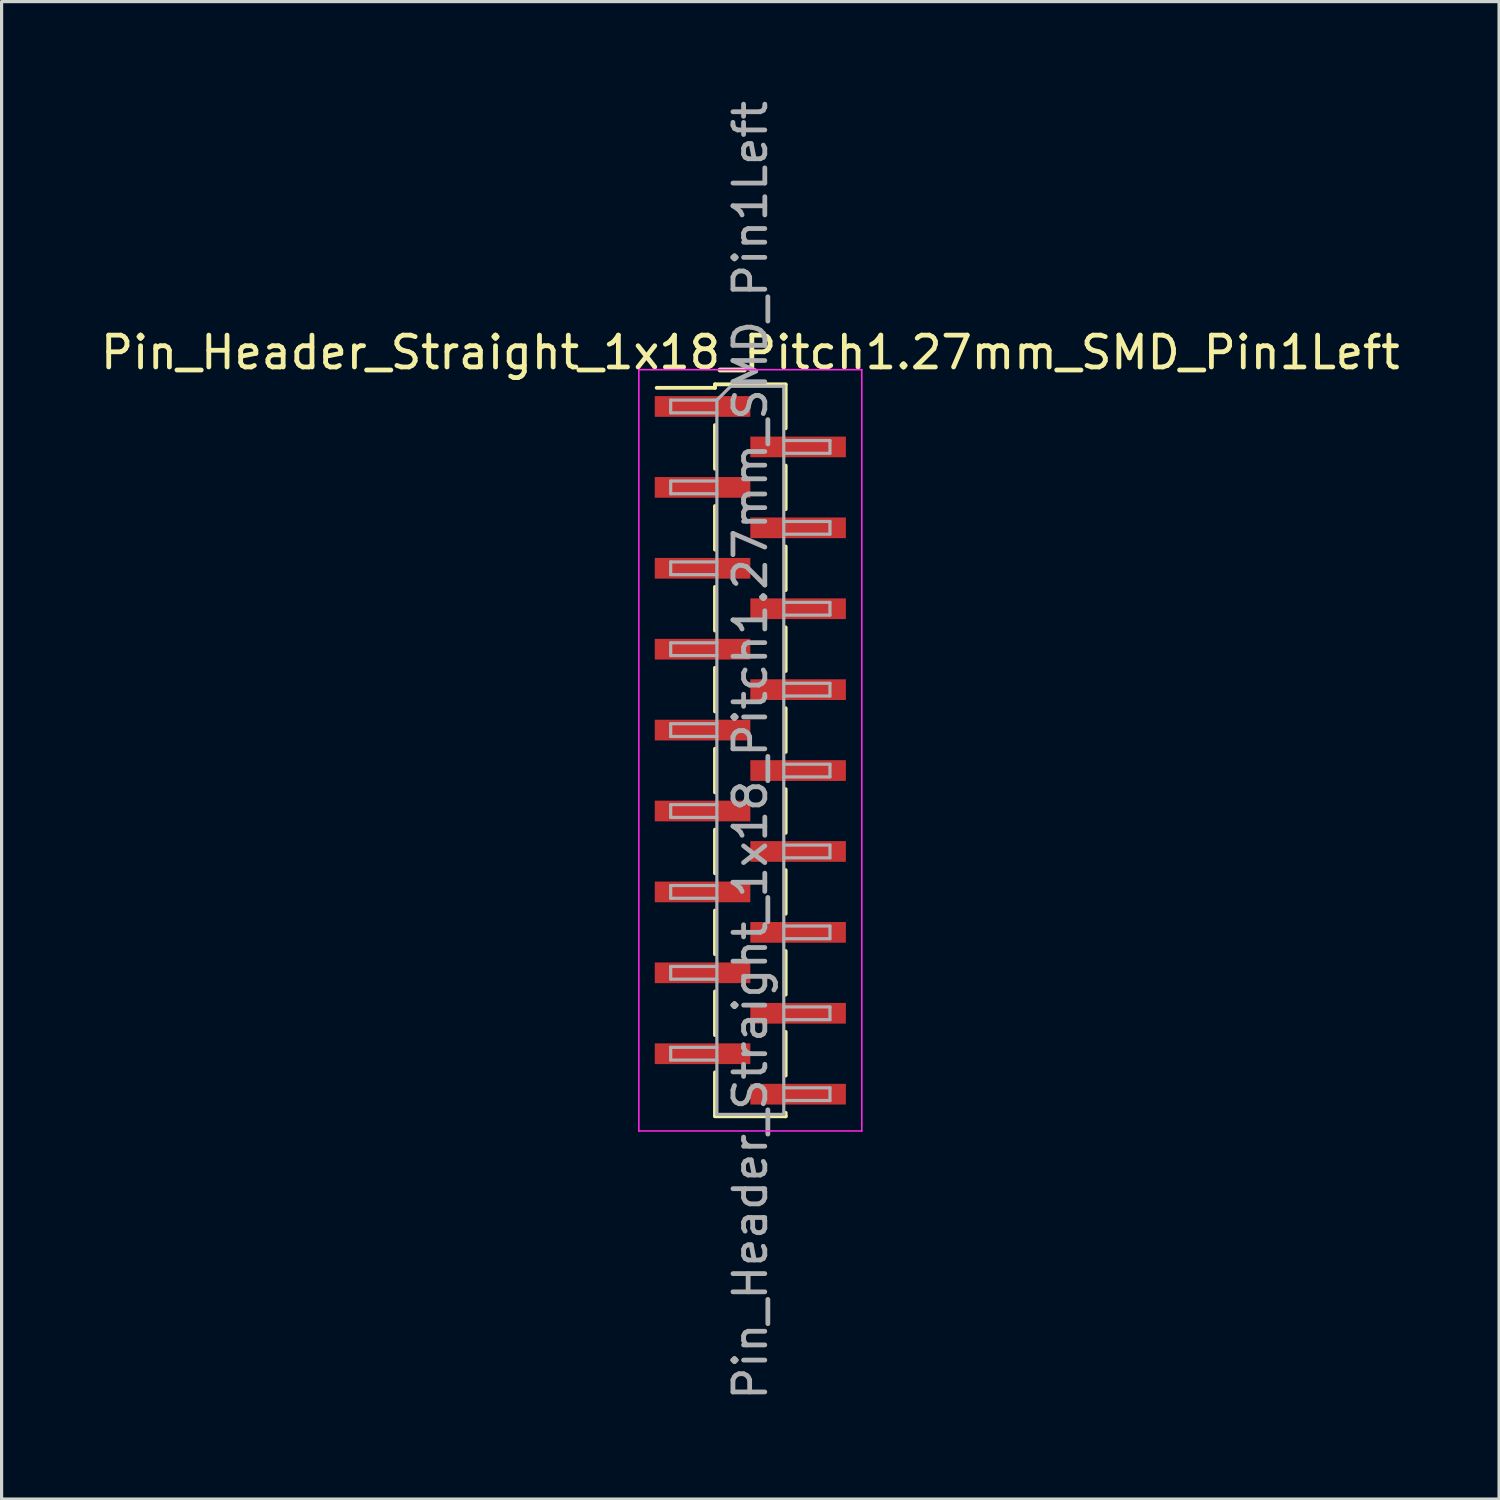
<source format=kicad_pcb>
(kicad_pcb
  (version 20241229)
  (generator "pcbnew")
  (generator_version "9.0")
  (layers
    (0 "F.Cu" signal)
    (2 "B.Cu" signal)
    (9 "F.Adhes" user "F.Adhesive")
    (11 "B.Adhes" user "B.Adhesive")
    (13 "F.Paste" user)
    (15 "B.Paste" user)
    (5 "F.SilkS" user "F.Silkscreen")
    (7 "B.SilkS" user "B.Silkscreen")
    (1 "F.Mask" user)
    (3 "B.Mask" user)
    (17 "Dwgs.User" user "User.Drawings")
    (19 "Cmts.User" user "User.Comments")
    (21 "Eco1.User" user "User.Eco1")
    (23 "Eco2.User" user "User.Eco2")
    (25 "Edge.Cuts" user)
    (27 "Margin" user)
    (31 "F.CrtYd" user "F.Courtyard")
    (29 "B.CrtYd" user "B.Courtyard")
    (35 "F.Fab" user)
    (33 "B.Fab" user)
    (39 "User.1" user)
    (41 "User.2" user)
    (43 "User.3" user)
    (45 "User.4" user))
  (footprint "Pin_Header_Straight_1x18_Pitch1.27mm_SMD_Pin1Left"
    (layer "F.Cu")
    (at 20.506 20.506)
    (property "Reference" "Pin_Header_Straight_1x18_Pitch1.27mm_SMD_Pin1Left" (at 0 -12.49 0) (layer "F.SilkS") (effects (font (size 1 1) (thickness 0.15))))
    (attr smd)
    (fp_line (start -1.11 -11.49) (end -1.11 -11.38) (stroke (width 0.12) (type solid)) (layer "F.SilkS"))
    (fp_line (start -1.11 -11.49) (end 1.11 -11.49) (stroke (width 0.12) (type solid)) (layer "F.SilkS"))
    (fp_line (start -1.11 -11.38) (end -2.94 -11.38) (stroke (width 0.12) (type solid)) (layer "F.SilkS"))
    (fp_line (start -1.11 -10.21) (end -1.11 -8.84) (stroke (width 0.12) (type solid)) (layer "F.SilkS"))
    (fp_line (start -1.11 -7.67) (end -1.11 -6.3) (stroke (width 0.12) (type solid)) (layer "F.SilkS"))
    (fp_line (start -1.11 -5.13) (end -1.11 -3.76) (stroke (width 0.12) (type solid)) (layer "F.SilkS"))
    (fp_line (start -1.11 -2.59) (end -1.11 -1.22) (stroke (width 0.12) (type solid)) (layer "F.SilkS"))
    (fp_line (start -1.11 -0.05) (end -1.11 1.32) (stroke (width 0.12) (type solid)) (layer "F.SilkS"))
    (fp_line (start -1.11 2.49) (end -1.11 3.86) (stroke (width 0.12) (type solid)) (layer "F.SilkS"))
    (fp_line (start -1.11 5.03) (end -1.11 6.4) (stroke (width 0.12) (type solid)) (layer "F.SilkS"))
    (fp_line (start -1.11 7.57) (end -1.11 8.94) (stroke (width 0.12) (type solid)) (layer "F.SilkS"))
    (fp_line (start -1.11 10.11) (end -1.11 11.48) (stroke (width 0.12) (type solid)) (layer "F.SilkS"))
    (fp_line (start -1.11 11.49) (end 1.11 11.49) (stroke (width 0.12) (type solid)) (layer "F.SilkS"))
    (fp_line (start 1.11 -11.48) (end 1.11 -10.11) (stroke (width 0.12) (type solid)) (layer "F.SilkS"))
    (fp_line (start 1.11 -8.94) (end 1.11 -7.57) (stroke (width 0.12) (type solid)) (layer "F.SilkS"))
    (fp_line (start 1.11 -6.4) (end 1.11 -5.03) (stroke (width 0.12) (type solid)) (layer "F.SilkS"))
    (fp_line (start 1.11 -3.86) (end 1.11 -2.49) (stroke (width 0.12) (type solid)) (layer "F.SilkS"))
    (fp_line (start 1.11 -1.32) (end 1.11 0.05) (stroke (width 0.12) (type solid)) (layer "F.SilkS"))
    (fp_line (start 1.11 1.22) (end 1.11 2.59) (stroke (width 0.12) (type solid)) (layer "F.SilkS"))
    (fp_line (start 1.11 3.76) (end 1.11 5.13) (stroke (width 0.12) (type solid)) (layer "F.SilkS"))
    (fp_line (start 1.11 6.3) (end 1.11 7.67) (stroke (width 0.12) (type solid)) (layer "F.SilkS"))
    (fp_line (start 1.11 8.84) (end 1.11 10.21) (stroke (width 0.12) (type solid)) (layer "F.SilkS"))
    (fp_line (start 1.11 11.38) (end 1.11 11.49) (stroke (width 0.12) (type solid)) (layer "F.SilkS"))
    (fp_line (start -3.5 -11.95) (end -3.5 11.95) (stroke (width 0.05) (type solid)) (layer "F.CrtYd"))
    (fp_line (start -3.5 11.95) (end 3.5 11.95) (stroke (width 0.05) (type solid)) (layer "F.CrtYd"))
    (fp_line (start 3.5 -11.95) (end -3.5 -11.95) (stroke (width 0.05) (type solid)) (layer "F.CrtYd"))
    (fp_line (start 3.5 11.95) (end 3.5 -11.95) (stroke (width 0.05) (type solid)) (layer "F.CrtYd"))
    (fp_line (start -2.5 -10.995) (end -2.5 -10.595) (stroke (width 0.1) (type solid)) (layer "F.Fab"))
    (fp_line (start -2.5 -10.595) (end -1.05 -10.595) (stroke (width 0.1) (type solid)) (layer "F.Fab"))
    (fp_line (start -2.5 -8.455) (end -2.5 -8.055) (stroke (width 0.1) (type solid)) (layer "F.Fab"))
    (fp_line (start -2.5 -8.055) (end -1.05 -8.055) (stroke (width 0.1) (type solid)) (layer "F.Fab"))
    (fp_line (start -2.5 -5.915) (end -2.5 -5.515) (stroke (width 0.1) (type solid)) (layer "F.Fab"))
    (fp_line (start -2.5 -5.515) (end -1.05 -5.515) (stroke (width 0.1) (type solid)) (layer "F.Fab"))
    (fp_line (start -2.5 -3.375) (end -2.5 -2.975) (stroke (width 0.1) (type solid)) (layer "F.Fab"))
    (fp_line (start -2.5 -2.975) (end -1.05 -2.975) (stroke (width 0.1) (type solid)) (layer "F.Fab"))
    (fp_line (start -2.5 -0.835) (end -2.5 -0.435) (stroke (width 0.1) (type solid)) (layer "F.Fab"))
    (fp_line (start -2.5 -0.435) (end -1.05 -0.435) (stroke (width 0.1) (type solid)) (layer "F.Fab"))
    (fp_line (start -2.5 1.705) (end -2.5 2.105) (stroke (width 0.1) (type solid)) (layer "F.Fab"))
    (fp_line (start -2.5 2.105) (end -1.05 2.105) (stroke (width 0.1) (type solid)) (layer "F.Fab"))
    (fp_line (start -2.5 4.245) (end -2.5 4.645) (stroke (width 0.1) (type solid)) (layer "F.Fab"))
    (fp_line (start -2.5 4.645) (end -1.05 4.645) (stroke (width 0.1) (type solid)) (layer "F.Fab"))
    (fp_line (start -2.5 6.785) (end -2.5 7.185) (stroke (width 0.1) (type solid)) (layer "F.Fab"))
    (fp_line (start -2.5 7.185) (end -1.05 7.185) (stroke (width 0.1) (type solid)) (layer "F.Fab"))
    (fp_line (start -2.5 9.325) (end -2.5 9.725) (stroke (width 0.1) (type solid)) (layer "F.Fab"))
    (fp_line (start -2.5 9.725) (end -1.05 9.725) (stroke (width 0.1) (type solid)) (layer "F.Fab"))
    (fp_line (start -1.05 -10.995) (end -2.5 -10.995) (stroke (width 0.1) (type solid)) (layer "F.Fab"))
    (fp_line (start -1.05 -10.995) (end -0.615 -11.43) (stroke (width 0.1) (type solid)) (layer "F.Fab"))
    (fp_line (start -1.05 -8.455) (end -2.5 -8.455) (stroke (width 0.1) (type solid)) (layer "F.Fab"))
    (fp_line (start -1.05 -5.915) (end -2.5 -5.915) (stroke (width 0.1) (type solid)) (layer "F.Fab"))
    (fp_line (start -1.05 -3.375) (end -2.5 -3.375) (stroke (width 0.1) (type solid)) (layer "F.Fab"))
    (fp_line (start -1.05 -0.835) (end -2.5 -0.835) (stroke (width 0.1) (type solid)) (layer "F.Fab"))
    (fp_line (start -1.05 1.705) (end -2.5 1.705) (stroke (width 0.1) (type solid)) (layer "F.Fab"))
    (fp_line (start -1.05 4.245) (end -2.5 4.245) (stroke (width 0.1) (type solid)) (layer "F.Fab"))
    (fp_line (start -1.05 6.785) (end -2.5 6.785) (stroke (width 0.1) (type solid)) (layer "F.Fab"))
    (fp_line (start -1.05 9.325) (end -2.5 9.325) (stroke (width 0.1) (type solid)) (layer "F.Fab"))
    (fp_line (start -1.05 11.43) (end -1.05 -10.995) (stroke (width 0.1) (type solid)) (layer "F.Fab"))
    (fp_line (start -0.615 -11.43) (end 1.05 -11.43) (stroke (width 0.1) (type solid)) (layer "F.Fab"))
    (fp_line (start 1.05 -11.43) (end 1.05 11.43) (stroke (width 0.1) (type solid)) (layer "F.Fab"))
    (fp_line (start 1.05 -9.725) (end 2.5 -9.725) (stroke (width 0.1) (type solid)) (layer "F.Fab"))
    (fp_line (start 1.05 -7.185) (end 2.5 -7.185) (stroke (width 0.1) (type solid)) (layer "F.Fab"))
    (fp_line (start 1.05 -4.645) (end 2.5 -4.645) (stroke (width 0.1) (type solid)) (layer "F.Fab"))
    (fp_line (start 1.05 -2.105) (end 2.5 -2.105) (stroke (width 0.1) (type solid)) (layer "F.Fab"))
    (fp_line (start 1.05 0.435) (end 2.5 0.435) (stroke (width 0.1) (type solid)) (layer "F.Fab"))
    (fp_line (start 1.05 2.975) (end 2.5 2.975) (stroke (width 0.1) (type solid)) (layer "F.Fab"))
    (fp_line (start 1.05 5.515) (end 2.5 5.515) (stroke (width 0.1) (type solid)) (layer "F.Fab"))
    (fp_line (start 1.05 8.055) (end 2.5 8.055) (stroke (width 0.1) (type solid)) (layer "F.Fab"))
    (fp_line (start 1.05 10.595) (end 2.5 10.595) (stroke (width 0.1) (type solid)) (layer "F.Fab"))
    (fp_line (start 1.05 11.43) (end -1.05 11.43) (stroke (width 0.1) (type solid)) (layer "F.Fab"))
    (fp_line (start 2.5 -9.725) (end 2.5 -9.325) (stroke (width 0.1) (type solid)) (layer "F.Fab"))
    (fp_line (start 2.5 -9.325) (end 1.05 -9.325) (stroke (width 0.1) (type solid)) (layer "F.Fab"))
    (fp_line (start 2.5 -7.185) (end 2.5 -6.785) (stroke (width 0.1) (type solid)) (layer "F.Fab"))
    (fp_line (start 2.5 -6.785) (end 1.05 -6.785) (stroke (width 0.1) (type solid)) (layer "F.Fab"))
    (fp_line (start 2.5 -4.645) (end 2.5 -4.245) (stroke (width 0.1) (type solid)) (layer "F.Fab"))
    (fp_line (start 2.5 -4.245) (end 1.05 -4.245) (stroke (width 0.1) (type solid)) (layer "F.Fab"))
    (fp_line (start 2.5 -2.105) (end 2.5 -1.705) (stroke (width 0.1) (type solid)) (layer "F.Fab"))
    (fp_line (start 2.5 -1.705) (end 1.05 -1.705) (stroke (width 0.1) (type solid)) (layer "F.Fab"))
    (fp_line (start 2.5 0.435) (end 2.5 0.835) (stroke (width 0.1) (type solid)) (layer "F.Fab"))
    (fp_line (start 2.5 0.835) (end 1.05 0.835) (stroke (width 0.1) (type solid)) (layer "F.Fab"))
    (fp_line (start 2.5 2.975) (end 2.5 3.375) (stroke (width 0.1) (type solid)) (layer "F.Fab"))
    (fp_line (start 2.5 3.375) (end 1.05 3.375) (stroke (width 0.1) (type solid)) (layer "F.Fab"))
    (fp_line (start 2.5 5.515) (end 2.5 5.915) (stroke (width 0.1) (type solid)) (layer "F.Fab"))
    (fp_line (start 2.5 5.915) (end 1.05 5.915) (stroke (width 0.1) (type solid)) (layer "F.Fab"))
    (fp_line (start 2.5 8.055) (end 2.5 8.455) (stroke (width 0.1) (type solid)) (layer "F.Fab"))
    (fp_line (start 2.5 8.455) (end 1.05 8.455) (stroke (width 0.1) (type solid)) (layer "F.Fab"))
    (fp_line (start 2.5 10.595) (end 2.5 10.995) (stroke (width 0.1) (type solid)) (layer "F.Fab"))
    (fp_line (start 2.5 10.995) (end 1.05 10.995) (stroke (width 0.1) (type solid)) (layer "F.Fab"))
    (fp_text user "${REFERENCE}" (at 0 0 90) (layer "F.Fab") (effects (font (size 1 1) (thickness 0.15))))
    (pad "1" smd rect (at -1.5 -10.795) (size 3 0.65) (layers "F.Cu" "F.Mask" "F.Paste"))
    (pad "2" smd rect (at 1.5 -9.525) (size 3 0.65) (layers "F.Cu" "F.Mask" "F.Paste"))
    (pad "3" smd rect (at -1.5 -8.255) (size 3 0.65) (layers "F.Cu" "F.Mask" "F.Paste"))
    (pad "4" smd rect (at 1.5 -6.985) (size 3 0.65) (layers "F.Cu" "F.Mask" "F.Paste"))
    (pad "5" smd rect (at -1.5 -5.715) (size 3 0.65) (layers "F.Cu" "F.Mask" "F.Paste"))
    (pad "6" smd rect (at 1.5 -4.445) (size 3 0.65) (layers "F.Cu" "F.Mask" "F.Paste"))
    (pad "7" smd rect (at -1.5 -3.175) (size 3 0.65) (layers "F.Cu" "F.Mask" "F.Paste"))
    (pad "8" smd rect (at 1.5 -1.905) (size 3 0.65) (layers "F.Cu" "F.Mask" "F.Paste"))
    (pad "9" smd rect (at -1.5 -0.635) (size 3 0.65) (layers "F.Cu" "F.Mask" "F.Paste"))
    (pad "10" smd rect (at 1.5 0.635) (size 3 0.65) (layers "F.Cu" "F.Mask" "F.Paste"))
    (pad "11" smd rect (at -1.5 1.905) (size 3 0.65) (layers "F.Cu" "F.Mask" "F.Paste"))
    (pad "12" smd rect (at 1.5 3.175) (size 3 0.65) (layers "F.Cu" "F.Mask" "F.Paste"))
    (pad "13" smd rect (at -1.5 4.445) (size 3 0.65) (layers "F.Cu" "F.Mask" "F.Paste"))
    (pad "14" smd rect (at 1.5 5.715) (size 3 0.65) (layers "F.Cu" "F.Mask" "F.Paste"))
    (pad "15" smd rect (at -1.5 6.985) (size 3 0.65) (layers "F.Cu" "F.Mask" "F.Paste"))
    (pad "16" smd rect (at 1.5 8.255) (size 3 0.65) (layers "F.Cu" "F.Mask" "F.Paste"))
    (pad "17" smd rect (at -1.5 9.525) (size 3 0.65) (layers "F.Cu" "F.Mask" "F.Paste"))
    (pad "18" smd rect (at 1.5 10.795) (size 3 0.65) (layers "F.Cu" "F.Mask" "F.Paste")))
  (gr_rect
    (start -3 -3)
    (end 44.012 44.012)
    (stroke (width 0.1) (type default))
    (fill no)
    (layer "Edge.Cuts")))
</source>
